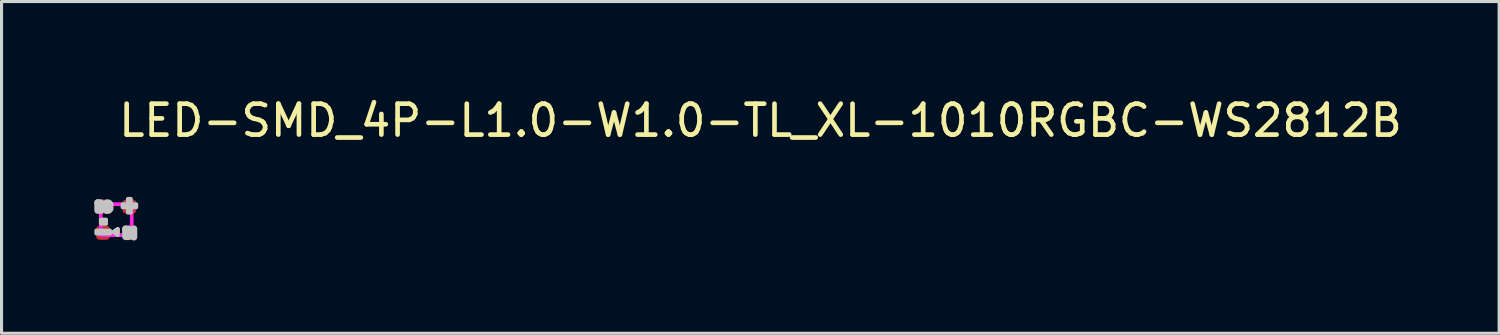
<source format=kicad_pcb>
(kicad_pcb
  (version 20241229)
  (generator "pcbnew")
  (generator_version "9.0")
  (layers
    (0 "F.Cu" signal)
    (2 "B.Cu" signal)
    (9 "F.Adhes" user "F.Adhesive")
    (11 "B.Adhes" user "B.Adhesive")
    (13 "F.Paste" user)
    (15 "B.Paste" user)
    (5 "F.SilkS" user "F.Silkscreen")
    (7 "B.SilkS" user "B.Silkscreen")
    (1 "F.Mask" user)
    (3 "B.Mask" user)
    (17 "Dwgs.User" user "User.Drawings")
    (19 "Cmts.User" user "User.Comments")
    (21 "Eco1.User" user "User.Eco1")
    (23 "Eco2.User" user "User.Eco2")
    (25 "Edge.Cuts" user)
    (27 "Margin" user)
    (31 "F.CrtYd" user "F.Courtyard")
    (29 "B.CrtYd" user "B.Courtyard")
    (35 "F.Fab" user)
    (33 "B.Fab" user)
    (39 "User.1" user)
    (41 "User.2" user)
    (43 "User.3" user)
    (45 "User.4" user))
  (footprint "LED-SMD_4P-L1.0-W1.0-TL_XL-1010RGBC-WS2812B"
    (layer "F.Cu")
    (at 0.71 4.055)
    (property "Reference" "LED-SMD_4P-L1.0-W1.0-TL_XL-1010RGBC-WS2812B" (at 0 -3.207 0) (layer "F.SilkS") (effects (font (size 1 1) (thickness 0.15)) (justify left)))
    (attr through_hole)
    (fp_poly (pts (xy 0.05 0.5) (xy -0.1 0.4) (xy 0.05 0.3)) (stroke (width 0.12) (type solid)) (fill yes) (layer "F.SilkS"))
    (fp_poly (pts (xy -0.5 0) (xy -0.5 0.13) (xy -0.34 0.13) (xy -0.33 0.13) (xy -0.33 0)) (stroke (width 0.12) (type solid)) (fill yes) (layer "F.SilkS"))
    (fp_poly (pts (xy -0.649 0.35) (xy -0.649 0.45) (xy -0.199 0.45) (xy -0.199 0.35)) (stroke (width 0.12) (type solid)) (fill no) (layer "Dwgs.User"))
    (fp_poly (pts (xy -0.5 0) (xy -0.5 0.13) (xy -0.33 0.13) (xy -0.33 0)) (stroke (width 0.12) (type solid)) (fill no) (layer "Dwgs.User"))
    (fp_poly (pts (xy 0.05 0.5) (xy -0.1 0.4) (xy 0.05 0.3) (xy 0.05 0.5)) (stroke (width 0.12) (type solid)) (fill no) (layer "Dwgs.User"))
    (fp_poly (pts (xy 0.2 -0.5) (xy 0.2 -0.4) (xy 0.65 -0.4) (xy 0.65 -0.5)) (stroke (width 0.12) (type solid)) (fill no) (layer "Dwgs.User"))
    (fp_poly (pts (xy 0.375 -0.225) (xy 0.475 -0.225) (xy 0.475 -0.675) (xy 0.375 -0.675)) (stroke (width 0.12) (type solid)) (fill no) (layer "Dwgs.User"))
    (fp_poly (pts (xy 0.62 0.295) (xy 0.62 0.565) (xy 0.619 0.575) (xy 0.616 0.584) (xy 0.611 0.593) (xy 0.605 0.6) (xy 0.597 0.606) (xy 0.588 0.61) (xy 0.579 0.613) (xy 0.569 0.614) (xy 0.559 0.613) (xy 0.55 0.61) (xy 0.541 0.605) (xy 0.534 0.598) (xy 0.528 0.591) (xy 0.523 0.582) (xy 0.521 0.573) (xy 0.52 0.565) (xy 0.52 0.295) (xy 0.521 0.285) (xy 0.524 0.276) (xy 0.529 0.267) (xy 0.535 0.26) (xy 0.543 0.254) (xy 0.552 0.249) (xy 0.561 0.247) (xy 0.571 0.246) (xy 0.581 0.247) (xy 0.59 0.25) (xy 0.599 0.255) (xy 0.606 0.262) (xy 0.612 0.269) (xy 0.617 0.278) (xy 0.619 0.287) (xy 0.62 0.295)) (stroke (width 0.12) (type solid)) (fill no) (layer "Dwgs.User"))
    (fp_poly (pts (xy -0.32 -0.25) (xy -0.33 -0.251) (xy -0.339 -0.254) (xy -0.348 -0.258) (xy -0.355 -0.265) (xy -0.395 -0.305) (xy -0.402 -0.312) (xy -0.406 -0.321) (xy -0.409 -0.33) (xy -0.41 -0.34) (xy -0.41 -0.49) (xy -0.409 -0.5) (xy -0.406 -0.509) (xy -0.402 -0.518) (xy -0.395 -0.525) (xy -0.345 -0.575) (xy -0.338 -0.582) (xy -0.329 -0.586) (xy -0.32 -0.589) (xy -0.31 -0.59) (xy -0.28 -0.59) (xy -0.27 -0.589) (xy -0.261 -0.586) (xy -0.252 -0.582) (xy -0.245 -0.575) (xy -0.238 -0.568) (xy -0.234 -0.559) (xy -0.231 -0.55) (xy -0.23 -0.54) (xy -0.289 -0.49) (xy -0.31 -0.469) (xy -0.31 -0.361) (xy -0.299 -0.35) (xy -0.27 -0.35) (xy -0.26 -0.349) (xy -0.251 -0.346) (xy -0.242 -0.342) (xy -0.235 -0.335) (xy -0.228 -0.328) (xy -0.224 -0.319) (xy -0.221 -0.31) (xy -0.22 -0.3) (xy -0.32 -0.25)) (stroke (width 0.12) (type solid)) (fill no) (layer "Dwgs.User"))
    (fp_poly (pts (xy -0.6 -0.6) (xy -0.5 -0.6) (xy -0.49 -0.599) (xy -0.481 -0.596) (xy -0.472 -0.592) (xy -0.465 -0.585) (xy -0.415 -0.535) (xy -0.408 -0.528) (xy -0.404 -0.519) (xy -0.401 -0.51) (xy -0.4 -0.5) (xy -0.4 -0.4) (xy -0.401 -0.39) (xy -0.404 -0.381) (xy -0.409 -0.372) (xy -0.415 -0.365) (xy -0.423 -0.359) (xy -0.432 -0.354) (xy -0.441 -0.352) (xy -0.451 -0.351) (xy -0.461 -0.352) (xy -0.47 -0.355) (xy -0.478 -0.36) (xy -0.486 -0.366) (xy -0.492 -0.374) (xy -0.496 -0.382) (xy -0.499 -0.392) (xy -0.5 -0.4) (xy -0.5 -0.479) (xy -0.521 -0.5) (xy -0.6 -0.5) (xy -0.61 -0.501) (xy -0.619 -0.504) (xy -0.628 -0.509) (xy -0.635 -0.515) (xy -0.641 -0.523) (xy -0.646 -0.532) (xy -0.648 -0.541) (xy -0.649 -0.551) (xy -0.648 -0.561) (xy -0.645 -0.57) (xy -0.64 -0.578) (xy -0.634 -0.586) (xy -0.626 -0.592) (xy -0.618 -0.597) (xy -0.608 -0.599) (xy -0.6 -0.6)) (stroke (width 0.12) (type solid)) (fill no) (layer "Dwgs.User"))
    (fp_poly (pts (xy 0.302 0.249) (xy 0.402 0.249) (xy 0.412 0.25) (xy 0.421 0.253) (xy 0.43 0.257) (xy 0.437 0.263) (xy 0.487 0.313) (xy 0.494 0.321) (xy 0.498 0.33) (xy 0.501 0.339) (xy 0.502 0.349) (xy 0.502 0.449) (xy 0.501 0.459) (xy 0.498 0.468) (xy 0.493 0.476) (xy 0.487 0.484) (xy 0.479 0.49) (xy 0.47 0.494) (xy 0.461 0.497) (xy 0.451 0.498) (xy 0.441 0.497) (xy 0.432 0.493) (xy 0.423 0.489) (xy 0.416 0.482) (xy 0.41 0.475) (xy 0.405 0.466) (xy 0.403 0.456) (xy 0.402 0.449) (xy 0.402 0.37) (xy 0.381 0.349) (xy 0.302 0.349) (xy 0.292 0.348) (xy 0.283 0.345) (xy 0.274 0.34) (xy 0.267 0.333) (xy 0.261 0.326) (xy 0.257 0.317) (xy 0.254 0.307) (xy 0.253 0.298) (xy 0.254 0.288) (xy 0.257 0.279) (xy 0.262 0.27) (xy 0.269 0.263) (xy 0.276 0.257) (xy 0.285 0.252) (xy 0.295 0.25) (xy 0.302 0.249)) (stroke (width 0.12) (type solid)) (fill no) (layer "Dwgs.User"))
    (fp_poly (pts (xy -0.55 -0.55) (xy -0.55 -0.35) (xy -0.521 -0.35) (xy -0.5 -0.371) (xy -0.5 -0.4) (xy -0.499 -0.41) (xy -0.496 -0.419) (xy -0.491 -0.428) (xy -0.485 -0.435) (xy -0.477 -0.441) (xy -0.468 -0.446) (xy -0.459 -0.448) (xy -0.449 -0.449) (xy -0.439 -0.448) (xy -0.43 -0.445) (xy -0.422 -0.44) (xy -0.414 -0.434) (xy -0.408 -0.426) (xy -0.403 -0.418) (xy -0.401 -0.408) (xy -0.4 -0.4) (xy -0.4 -0.35) (xy -0.401 -0.34) (xy -0.404 -0.331) (xy -0.408 -0.322) (xy -0.415 -0.315) (xy -0.465 -0.265) (xy -0.472 -0.258) (xy -0.481 -0.254) (xy -0.49 -0.251) (xy -0.5 -0.25) (xy -0.6 -0.25) (xy -0.61 -0.251) (xy -0.619 -0.254) (xy -0.628 -0.258) (xy -0.635 -0.265) (xy -0.642 -0.272) (xy -0.646 -0.281) (xy -0.649 -0.29) (xy -0.65 -0.3) (xy -0.65 -0.55) (xy -0.649 -0.56) (xy -0.646 -0.569) (xy -0.641 -0.578) (xy -0.635 -0.585) (xy -0.627 -0.591) (xy -0.618 -0.596) (xy -0.609 -0.598) (xy -0.599 -0.599) (xy -0.589 -0.598) (xy -0.58 -0.595) (xy -0.572 -0.59) (xy -0.564 -0.584) (xy -0.558 -0.576) (xy -0.553 -0.568) (xy -0.551 -0.558) (xy -0.55 -0.55)) (stroke (width 0.12) (type solid)) (fill no) (layer "Dwgs.User"))
    (fp_poly (pts (xy 0.352 0.299) (xy 0.352 0.499) (xy 0.381 0.499) (xy 0.402 0.478) (xy 0.402 0.449) (xy 0.403 0.439) (xy 0.406 0.43) (xy 0.411 0.421) (xy 0.417 0.414) (xy 0.425 0.408) (xy 0.434 0.403) (xy 0.443 0.401) (xy 0.453 0.4) (xy 0.463 0.401) (xy 0.472 0.404) (xy 0.481 0.409) (xy 0.488 0.415) (xy 0.494 0.423) (xy 0.499 0.432) (xy 0.501 0.441) (xy 0.502 0.449) (xy 0.502 0.499) (xy 0.501 0.509) (xy 0.498 0.518) (xy 0.494 0.527) (xy 0.487 0.534) (xy 0.437 0.584) (xy 0.43 0.59) (xy 0.421 0.595) (xy 0.412 0.598) (xy 0.402 0.599) (xy 0.302 0.599) (xy 0.292 0.598) (xy 0.283 0.595) (xy 0.274 0.59) (xy 0.267 0.584) (xy 0.26 0.577) (xy 0.256 0.568) (xy 0.253 0.559) (xy 0.252 0.549) (xy 0.252 0.299) (xy 0.253 0.289) (xy 0.256 0.28) (xy 0.261 0.271) (xy 0.267 0.264) (xy 0.275 0.258) (xy 0.284 0.253) (xy 0.293 0.251) (xy 0.303 0.25) (xy 0.313 0.251) (xy 0.322 0.254) (xy 0.331 0.259) (xy 0.338 0.265) (xy 0.344 0.273) (xy 0.349 0.282) (xy 0.351 0.291) (xy 0.352 0.299)) (stroke (width 0.12) (type solid)) (fill no) (layer "Dwgs.User"))
    (fp_poly (pts (xy -0.24 -0.59) (xy -0.23 -0.589) (xy -0.221 -0.586) (xy -0.212 -0.581) (xy -0.204 -0.575) (xy -0.164 -0.535) (xy -0.158 -0.528) (xy -0.153 -0.519) (xy -0.151 -0.51) (xy -0.15 -0.5) (xy -0.15 -0.35) (xy -0.151 -0.34) (xy -0.153 -0.331) (xy -0.158 -0.322) (xy -0.164 -0.315) (xy -0.214 -0.265) (xy -0.222 -0.258) (xy -0.231 -0.254) (xy -0.24 -0.251) (xy -0.25 -0.25) (xy -0.28 -0.25) (xy -0.289 -0.251) (xy -0.299 -0.254) (xy -0.307 -0.258) (xy -0.315 -0.265) (xy -0.321 -0.272) (xy -0.326 -0.281) (xy -0.329 -0.29) (xy -0.33 -0.3) (xy -0.329 -0.31) (xy -0.326 -0.319) (xy -0.321 -0.328) (xy -0.315 -0.335) (xy -0.307 -0.341) (xy -0.299 -0.346) (xy -0.289 -0.349) (xy -0.28 -0.35) (xy -0.27 -0.35) (xy -0.25 -0.371) (xy -0.25 -0.479) (xy -0.26 -0.49) (xy -0.29 -0.49) (xy -0.299 -0.491) (xy -0.309 -0.494) (xy -0.317 -0.498) (xy -0.325 -0.505) (xy -0.331 -0.512) (xy -0.336 -0.521) (xy -0.339 -0.53) (xy -0.34 -0.54) (xy -0.339 -0.55) (xy -0.336 -0.559) (xy -0.331 -0.568) (xy -0.325 -0.575) (xy -0.317 -0.581) (xy -0.309 -0.586) (xy -0.299 -0.589) (xy -0.29 -0.59) (xy -0.24 -0.59)) (stroke (width 0.12) (type solid)) (fill no) (layer "Dwgs.User"))
    (fp_circle (center -0.5 -0.5) (end -0.47 -0.5) (stroke (width 0.06) (type solid)) (fill no) (layer "Eco2.User"))
    (fp_line (start -0.5 -0.5) (end 0.5 -0.5) (stroke (width 0.12) (type solid)) (layer "F.CrtYd"))
    (fp_line (start -0.5 0.5) (end -0.5 -0.5) (stroke (width 0.12) (type solid)) (layer "F.CrtYd"))
    (fp_line (start 0.5 -0.5) (end 0.5 0.5) (stroke (width 0.12) (type solid)) (layer "F.CrtYd"))
    (fp_line (start 0.5 0.5) (end -0.5 0.5) (stroke (width 0.12) (type solid)) (layer "F.CrtYd"))
    (fp_text user "DO" (at -0.603 -0.408 0) (layer "Dwgs.User") (effects (font (size 0.188 0.188) (thickness 0.1)) (justify left)))
    (fp_text user "DI" (at 0.297 0.441 0) (layer "Dwgs.User") (effects (font (size 0.188 0.188) (thickness 0.1)) (justify left)))
    (pad "1" smd roundrect (at 0.425 -0.425) (size 0.45 0.45) (layers "F.Cu" "F.Mask" "F.Paste") (roundrect_rratio 0.25))
    (pad "2" smd roundrect (at -0.425 -0.425) (size 0.45 0.45) (layers "F.Cu" "F.Mask" "F.Paste") (roundrect_rratio 0.25))
    (pad "3" smd roundrect (at -0.425 0.425) (size 0.45 0.45) (layers "F.Cu" "F.Mask" "F.Paste") (roundrect_rratio 0.25))
    (pad "4" smd roundrect (at 0.425 0.425) (size 0.45 0.45) (layers "F.Cu" "F.Mask" "F.Paste") (roundrect_rratio 0.25)))
  (gr_rect
    (start -3 -3)
    (end 45.436 7.729)
    (stroke (width 0.1) (type default))
    (fill no)
    (layer "Edge.Cuts")))
</source>
